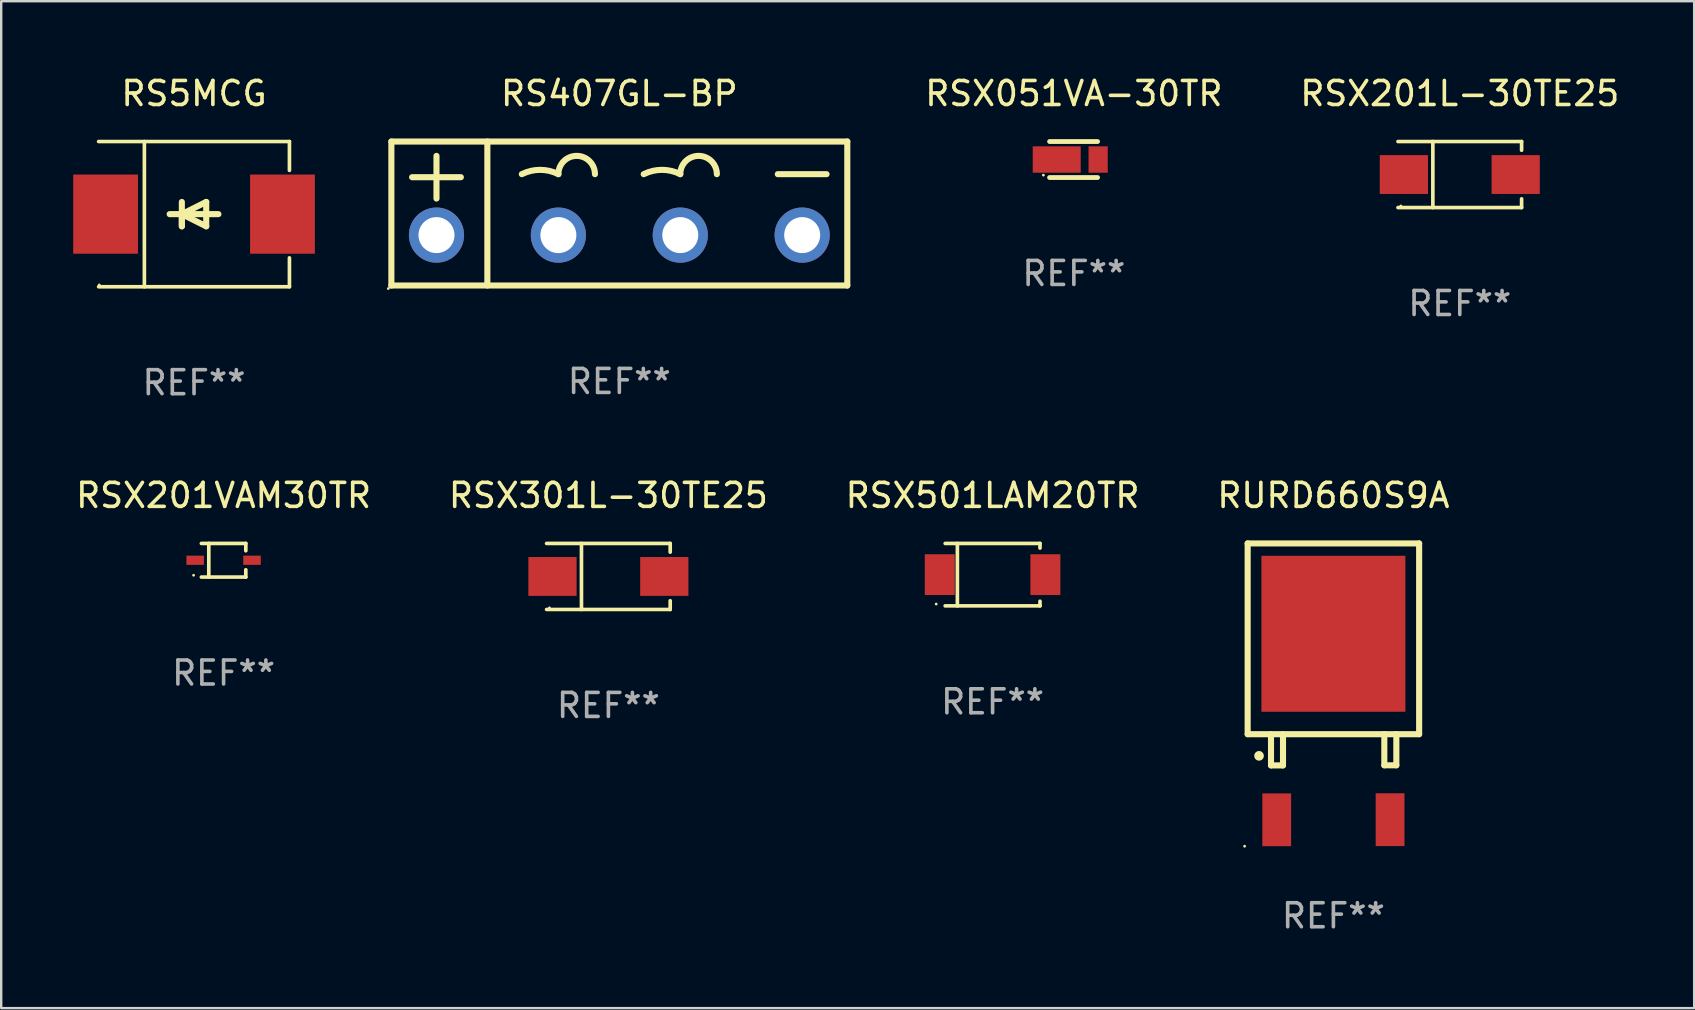
<source format=kicad_pcb>
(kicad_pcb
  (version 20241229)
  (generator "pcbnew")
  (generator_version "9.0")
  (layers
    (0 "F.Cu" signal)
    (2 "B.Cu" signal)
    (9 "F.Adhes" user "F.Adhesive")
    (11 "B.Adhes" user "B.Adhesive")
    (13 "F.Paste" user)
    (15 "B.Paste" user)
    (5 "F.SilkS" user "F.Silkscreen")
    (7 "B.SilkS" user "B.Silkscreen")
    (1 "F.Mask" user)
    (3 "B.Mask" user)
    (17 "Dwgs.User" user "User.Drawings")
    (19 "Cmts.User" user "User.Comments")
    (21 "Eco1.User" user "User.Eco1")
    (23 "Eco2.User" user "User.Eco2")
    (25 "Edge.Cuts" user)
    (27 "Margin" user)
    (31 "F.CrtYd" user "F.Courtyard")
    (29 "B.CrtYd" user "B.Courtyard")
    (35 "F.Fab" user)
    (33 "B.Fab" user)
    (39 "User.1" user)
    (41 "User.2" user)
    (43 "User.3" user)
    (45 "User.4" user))
  (footprint "RSX501LAM20TR"
    (layer "F.Cu")
    (at 38.315 20.898)
    (property "Reference" "RSX501LAM20TR" (at 0 -3.301 0) (layer "F.SilkS") (effects (font (size 1 1) (thickness 0.15))))
    (attr through_hole)
    (fp_line (start -1.976 -1.301) (end 1.976 -1.301) (stroke (width 0.152) (type solid)) (layer "F.SilkS"))
    (fp_line (start -1.976 1.301) (end 1.976 1.301) (stroke (width 0.152) (type solid)) (layer "F.SilkS"))
    (fp_line (start -1.467 -1.301) (end -1.467 1.301) (stroke (width 0.152) (type solid)) (layer "F.SilkS"))
    (fp_line (start 1.976 -1.301) (end 1.976 -1.108) (stroke (width 0.152) (type solid)) (layer "F.SilkS"))
    (fp_line (start 1.976 1.301) (end 1.976 1.108) (stroke (width 0.152) (type solid)) (layer "F.SilkS"))
    (fp_circle (center -2.35 1.225) (end -2.32 1.225) (stroke (width 0.06) (type solid)) (fill no) (layer "F.SilkS"))
    (fp_text user "REF**" (at 0 5.301 0) (layer "F.Fab") (effects (font (size 1 1) (thickness 0.15))))
    (pad "1" smd rect (at -2.2 0 180) (size 1.25 1.7) (layers "F.Cu" "F.Mask" "F.Paste"))
    (pad "2" smd rect (at 2.2 0 180) (size 1.25 1.7) (layers "F.Cu" "F.Mask" "F.Paste")))
  (footprint "RSX201VAM30TR"
    (layer "F.Cu")
    (at 6.268 20.298)
    (property "Reference" "RSX201VAM30TR" (at 0 -2.701 0) (layer "F.SilkS") (effects (font (size 1 1) (thickness 0.15))))
    (attr through_hole)
    (fp_line (start -0.926 -0.701) (end 0.926 -0.701) (stroke (width 0.152) (type solid)) (layer "F.SilkS"))
    (fp_line (start -0.926 0.701) (end 0.926 0.701) (stroke (width 0.152) (type solid)) (layer "F.SilkS"))
    (fp_line (start -0.617 -0.701) (end -0.617 0.701) (stroke (width 0.152) (type solid)) (layer "F.SilkS"))
    (fp_line (start 0.926 -0.701) (end 0.926 -0.396) (stroke (width 0.152) (type solid)) (layer "F.SilkS"))
    (fp_line (start 0.926 0.701) (end 0.926 0.396) (stroke (width 0.152) (type solid)) (layer "F.SilkS"))
    (fp_circle (center -1.25 0.625) (end -1.22 0.625) (stroke (width 0.06) (type solid)) (fill no) (layer "F.SilkS"))
    (fp_text user "REF**" (at 0 4.701 0) (layer "F.Fab") (effects (font (size 1 1) (thickness 0.15))))
    (pad "1" smd rect (at -1.185 0 180) (size 0.73 0.385) (layers "F.Cu" "F.Mask" "F.Paste"))
    (pad "2" smd rect (at 1.185 0 180) (size 0.73 0.385) (layers "F.Cu" "F.Mask" "F.Paste")))
  (footprint "RSX301L-30TE25"
    (layer "F.Cu")
    (at 22.304 20.973)
    (property "Reference" "RSX301L-30TE25" (at 0 -3.376 0) (layer "F.SilkS") (effects (font (size 1 1) (thickness 0.15))))
    (attr through_hole)
    (fp_line (start -2.576 -1.376) (end 2.576 -1.376) (stroke (width 0.152) (type solid)) (layer "F.SilkS"))
    (fp_line (start -2.576 1.376) (end 2.576 1.376) (stroke (width 0.152) (type solid)) (layer "F.SilkS"))
    (fp_line (start -1.122 -1.376) (end -1.122 1.376) (stroke (width 0.152) (type solid)) (layer "F.SilkS"))
    (fp_line (start 2.576 -1.376) (end 2.576 -1.013) (stroke (width 0.152) (type solid)) (layer "F.SilkS"))
    (fp_line (start 2.576 1.376) (end 2.576 1.013) (stroke (width 0.152) (type solid)) (layer "F.SilkS"))
    (fp_circle (center -2.456 1.31) (end -2.426 1.31) (stroke (width 0.06) (type solid)) (fill no) (layer "F.SilkS"))
    (fp_text user "REF**" (at 0 5.376 0) (layer "F.Fab") (effects (font (size 1 1) (thickness 0.15))))
    (pad "1" smd rect (at -2.33 0 180) (size 2.01 1.62) (layers "F.Cu" "F.Mask" "F.Paste"))
    (pad "2" smd rect (at 2.33 0 180) (size 2.01 1.62) (layers "F.Cu" "F.Mask" "F.Paste")))
  (footprint "RSX201L-30TE25"
    (layer "F.Cu")
    (at 57.785 4.224)
    (property "Reference" "RSX201L-30TE25" (at 0 -3.376 0) (layer "F.SilkS") (effects (font (size 1 1) (thickness 0.15))))
    (attr through_hole)
    (fp_line (start -2.576 -1.376) (end 2.576 -1.376) (stroke (width 0.152) (type solid)) (layer "F.SilkS"))
    (fp_line (start -2.576 1.376) (end 2.576 1.376) (stroke (width 0.152) (type solid)) (layer "F.SilkS"))
    (fp_line (start -1.122 -1.376) (end -1.122 1.376) (stroke (width 0.152) (type solid)) (layer "F.SilkS"))
    (fp_line (start 2.576 -1.376) (end 2.576 -1.013) (stroke (width 0.152) (type solid)) (layer "F.SilkS"))
    (fp_line (start 2.576 1.376) (end 2.576 1.013) (stroke (width 0.152) (type solid)) (layer "F.SilkS"))
    (fp_circle (center -2.456 1.31) (end -2.426 1.31) (stroke (width 0.06) (type solid)) (fill no) (layer "F.SilkS"))
    (fp_text user "REF**" (at 0 5.376 0) (layer "F.Fab") (effects (font (size 1 1) (thickness 0.15))))
    (pad "1" smd rect (at -2.33 0 180) (size 2.01 1.62) (layers "F.Cu" "F.Mask" "F.Paste"))
    (pad "2" smd rect (at 2.33 0 180) (size 2.01 1.62) (layers "F.Cu" "F.Mask" "F.Paste")))
  (footprint "RS407GL-BP"
    (layer "F.Cu")
    (at 22.76 5.848)
    (property "Reference" "RS407GL-BP" (at 0 -5 0) (layer "F.SilkS") (effects (font (size 1 1) (thickness 0.15))))
    (attr through_hole)
    (fp_line (start -9.5 3) (end -9.5 -3) (stroke (width 0.254) (type solid)) (layer "F.SilkS"))
    (fp_line (start -9.5 3) (end 9.5 3) (stroke (width 0.254) (type solid)) (layer "F.SilkS"))
    (fp_line (start -8.636 -1.513) (end -6.604 -1.513) (stroke (width 0.254) (type solid)) (layer "F.SilkS"))
    (fp_line (start -7.62 -0.624) (end -7.62 -2.402) (stroke (width 0.254) (type solid)) (layer "F.SilkS"))
    (fp_line (start -5.5 3) (end -5.5 -3) (stroke (width 0.254) (type solid)) (layer "F.SilkS"))
    (fp_line (start 6.604 -1.64) (end 8.636 -1.64) (stroke (width 0.254) (type solid)) (layer "F.SilkS"))
    (fp_line (start 9.5 -3) (end -9.5 -3) (stroke (width 0.254) (type solid)) (layer "F.SilkS"))
    (fp_line (start 9.5 3) (end 9.5 -3) (stroke (width 0.254) (type solid)) (layer "F.SilkS"))
    (fp_arc (start -4.064008 -1.63998) (mid -3.302007 -1.819864) (end -2.540005 -1.63998) (stroke (width 0.254001) (type solid)) (layer "F.SilkS"))
    (fp_arc (start -2.539928 -1.63998) (mid -1.777927 -2.401981) (end -1.015926 -1.63998) (stroke (width 0.254001) (type solid)) (layer "F.SilkS"))
    (fp_arc (start 1.016027 -1.63998) (mid 1.778029 -1.819864) (end 2.54003 -1.63998) (stroke (width 0.254001) (type solid)) (layer "F.SilkS"))
    (fp_arc (start 2.540106 -1.63998) (mid 3.302108 -2.401982) (end 4.06411 -1.63998) (stroke (width 0.254001) (type solid)) (layer "F.SilkS"))
    (fp_circle (center -9.627 3.127) (end -9.597 3.127) (stroke (width 0.06) (type solid)) (fill no) (layer "F.SilkS"))
    (fp_text user "REF**" (at 0 7 0) (layer "F.Fab") (effects (font (size 1 1) (thickness 0.15))))
    (pad "1" thru_hole circle (at -7.62 0.9) (size 2.3 2.3) (drill 1.5) (layers "*.Cu" "*.Mask"))
    (pad "2" thru_hole circle (at -2.54 0.9) (size 2.3 2.3) (drill 1.5) (layers "*.Cu" "*.Mask"))
    (pad "3" thru_hole circle (at 2.54 0.9) (size 2.3 2.3) (drill 1.5) (layers "*.Cu" "*.Mask"))
    (pad "4" thru_hole circle (at 7.62 0.9) (size 2.3 2.3) (drill 1.5) (layers "*.Cu" "*.Mask")))
  (footprint "RS5MCG"
    (layer "F.Cu")
    (at 5.036 5.874)
    (property "Reference" "RS5MCG" (at 0 -5.026 0) (layer "F.SilkS") (effects (font (size 1 1) (thickness 0.15))))
    (attr through_hole)
    (fp_line (start -3.976 -3.026) (end 3.976 -3.026) (stroke (width 0.152) (type solid)) (layer "F.SilkS"))
    (fp_line (start -3.976 3.026) (end 3.976 3.026) (stroke (width 0.152) (type solid)) (layer "F.SilkS"))
    (fp_line (start -2.069 -3.026) (end -2.069 3.026) (stroke (width 0.152) (type solid)) (layer "F.SilkS"))
    (fp_line (start -0.508 0) (end -0.508 0.508) (stroke (width 0.254) (type solid)) (layer "F.SilkS"))
    (fp_line (start -0.508 0) (end 0.508 0.508) (stroke (width 0.254) (type solid)) (layer "F.SilkS"))
    (fp_line (start -0.508 0.508) (end -0.508 -0.508) (stroke (width 0.254) (type solid)) (layer "F.SilkS"))
    (fp_line (start 0.508 -0.508) (end -0.508 0) (stroke (width 0.254) (type solid)) (layer "F.SilkS"))
    (fp_line (start 0.508 0.508) (end 0.508 -0.508) (stroke (width 0.254) (type solid)) (layer "F.SilkS"))
    (fp_line (start 1.016 0) (end -1.016 0) (stroke (width 0.254) (type solid)) (layer "F.SilkS"))
    (fp_line (start 3.976 -3.026) (end 3.976 -1.823) (stroke (width 0.152) (type solid)) (layer "F.SilkS"))
    (fp_line (start 3.976 3.026) (end 3.976 1.823) (stroke (width 0.152) (type solid)) (layer "F.SilkS"))
    (fp_circle (center -3.95 2.95) (end -3.92 2.95) (stroke (width 0.06) (type solid)) (fill no) (layer "F.SilkS"))
    (fp_text user "REF**" (at 0 7.026 0) (layer "F.Fab") (effects (font (size 1 1) (thickness 0.15))))
    (pad "1" smd rect (at -3.686 0) (size 2.7 3.3) (layers "F.Cu" "F.Mask" "F.Paste"))
    (pad "2" smd rect (at 3.686 0) (size 2.7 3.3) (layers "F.Cu" "F.Mask" "F.Paste")))
  (footprint "RSX051VA-30TR"
    (layer "F.Cu")
    (at 41.702 3.598)
    (property "Reference" "RSX051VA-30TR" (at 0 -2.75 0) (layer "F.SilkS") (effects (font (size 1 1) (thickness 0.15))))
    (attr through_hole)
    (fp_line (start 0.988 -0.75) (end -1.012 -0.75) (stroke (width 0.2) (type solid)) (layer "F.SilkS"))
    (fp_line (start 0.988 0.75) (end -1.012 0.75) (stroke (width 0.2) (type solid)) (layer "F.SilkS"))
    (fp_circle (center -1.27 0.65) (end -1.24 0.65) (stroke (width 0.06) (type solid)) (fill no) (layer "F.SilkS"))
    (fp_text user "REF**" (at 0 4.75 0) (layer "F.Fab") (effects (font (size 1 1) (thickness 0.15))))
    (pad "1" smd rect (at -0.714 0.000203) (size 2 1.1) (layers "F.Cu" "F.Mask" "F.Paste"))
    (pad "2" smd rect (at 1.012 0.000203) (size 0.8 1.1) (layers "F.Cu" "F.Mask" "F.Paste")))
  (footprint "RURD660S9A"
    (layer "F.Cu")
    (at 52.518 25.356)
    (property "Reference" "RURD660S9A" (at 0 -7.759 0) (layer "F.SilkS") (effects (font (size 1 1) (thickness 0.15))))
    (attr through_hole)
    (fp_line (start -3.573 -5.759) (end -3.573 2.191) (stroke (width 0.254) (type solid)) (layer "F.SilkS"))
    (fp_line (start -3.573 2.191) (end 3.573 2.191) (stroke (width 0.254) (type solid)) (layer "F.SilkS"))
    (fp_line (start -2.6 2.191) (end -2.6 3.491) (stroke (width 0.254) (type solid)) (layer "F.SilkS"))
    (fp_line (start -2.6 3.491) (end -2.1 3.491) (stroke (width 0.254) (type solid)) (layer "F.SilkS"))
    (fp_line (start -2.1 3.491) (end -2.1 2.191) (stroke (width 0.254) (type solid)) (layer "F.SilkS"))
    (fp_line (start 2.122 2.187) (end 2.122 3.487) (stroke (width 0.254) (type solid)) (layer "F.SilkS"))
    (fp_line (start 2.122 3.487) (end 2.623 3.487) (stroke (width 0.254) (type solid)) (layer "F.SilkS"))
    (fp_line (start 2.623 3.487) (end 2.623 2.187) (stroke (width 0.254) (type solid)) (layer "F.SilkS"))
    (fp_line (start 3.573 -5.759) (end -3.573 -5.759) (stroke (width 0.254) (type solid)) (layer "F.SilkS"))
    (fp_line (start 3.573 2.191) (end 3.573 -5.759) (stroke (width 0.254) (type solid)) (layer "F.SilkS"))
    (fp_arc (start -3.098806 3.094107) (mid -3.09881 3.092837) (end -3.098806 3.091567) (stroke (width 0.4) (type solid)) (layer "F.SilkS"))
    (fp_circle (center -3.7 6.859) (end -3.67 6.859) (stroke (width 0.06) (type solid)) (fill no) (layer "F.SilkS"))
    (fp_text user "REF**" (at 0 9.759 0) (layer "F.Fab") (effects (font (size 1 1) (thickness 0.15))))
    (pad "1" smd rect (at -2.362 5.759) (size 1.2 2.2) (layers "F.Cu" "F.Mask" "F.Paste"))
    (pad "3" smd rect (at 2.362 5.753 180) (size 1.2 2.2) (layers "F.Cu" "F.Mask" "F.Paste"))
    (pad "4" smd rect (at 0 -1.994) (size 6 6.5) (layers "F.Cu" "F.Mask" "F.Paste")))
  (gr_rect
    (start -3 -3)
    (end 67.553 38.963)
    (stroke (width 0.1) (type default))
    (fill no)
    (layer "Edge.Cuts")))
</source>
